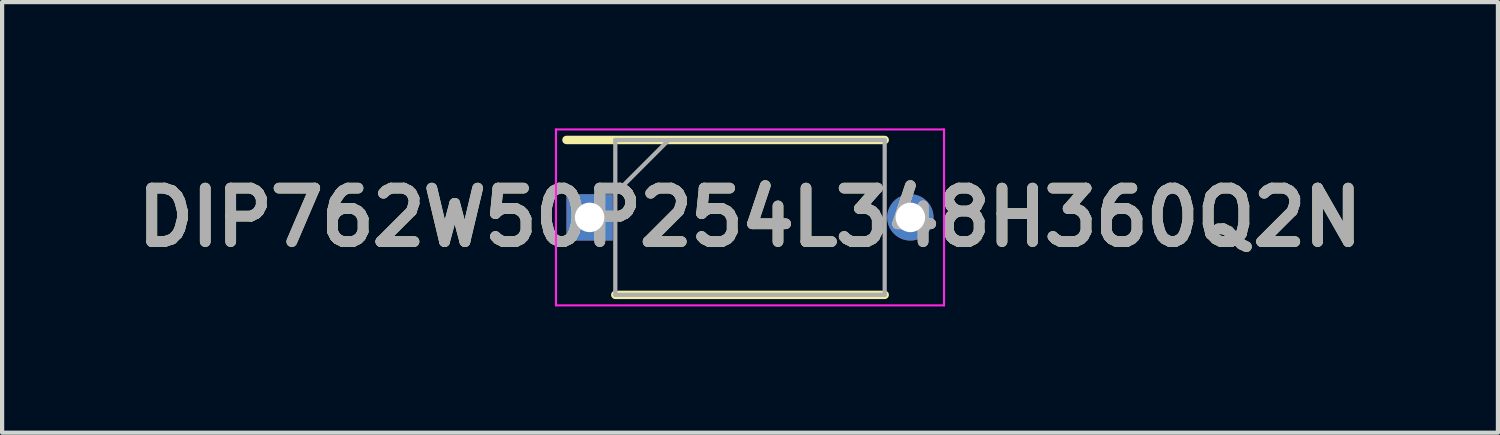
<source format=kicad_pcb>
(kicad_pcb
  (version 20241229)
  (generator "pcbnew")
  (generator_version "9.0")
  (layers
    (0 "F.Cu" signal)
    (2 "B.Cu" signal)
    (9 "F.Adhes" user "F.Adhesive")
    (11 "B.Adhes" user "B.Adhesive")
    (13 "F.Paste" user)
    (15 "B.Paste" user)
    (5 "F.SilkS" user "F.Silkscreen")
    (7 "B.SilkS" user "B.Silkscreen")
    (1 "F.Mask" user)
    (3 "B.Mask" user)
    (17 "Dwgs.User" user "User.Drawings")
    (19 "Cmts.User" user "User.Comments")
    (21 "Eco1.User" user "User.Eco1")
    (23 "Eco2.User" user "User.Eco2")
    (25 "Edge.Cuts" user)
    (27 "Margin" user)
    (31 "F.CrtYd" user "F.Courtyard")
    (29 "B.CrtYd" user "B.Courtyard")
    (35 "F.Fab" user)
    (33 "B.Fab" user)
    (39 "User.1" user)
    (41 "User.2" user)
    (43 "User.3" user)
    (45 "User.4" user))
  (footprint "DIP762W50P254L348H360Q2N"
    (layer "F.Cu")
    (at 14.768 2.115)
    (property "Reference" "DIP762W50P254L348H360Q2N" (at 0 0 0) (layer "F.SilkS") (effects (font (size 1.27 1.27) (thickness 0.254))))
    (attr through_hole)
    (fp_line (start -4.36 -1.84) (end 3.2 -1.84) (stroke (width 0.2) (type solid)) (layer "F.SilkS"))
    (fp_line (start -3.2 1.84) (end 3.2 1.84) (stroke (width 0.2) (type solid)) (layer "F.SilkS"))
    (fp_line (start -4.61 -2.09) (end 4.61 -2.09) (stroke (width 0.05) (type solid)) (layer "F.CrtYd"))
    (fp_line (start -4.61 2.09) (end -4.61 -2.09) (stroke (width 0.05) (type solid)) (layer "F.CrtYd"))
    (fp_line (start 4.61 -2.09) (end 4.61 2.09) (stroke (width 0.05) (type solid)) (layer "F.CrtYd"))
    (fp_line (start 4.61 2.09) (end -4.61 2.09) (stroke (width 0.05) (type solid)) (layer "F.CrtYd"))
    (fp_line (start -3.2 -1.84) (end 3.2 -1.84) (stroke (width 0.1) (type solid)) (layer "F.Fab"))
    (fp_line (start -3.2 -0.57) (end -1.93 -1.84) (stroke (width 0.1) (type solid)) (layer "F.Fab"))
    (fp_line (start -3.2 1.84) (end -3.2 -1.84) (stroke (width 0.1) (type solid)) (layer "F.Fab"))
    (fp_line (start 3.2 -1.84) (end 3.2 1.84) (stroke (width 0.1) (type solid)) (layer "F.Fab"))
    (fp_line (start 3.2 1.84) (end -3.2 1.84) (stroke (width 0.1) (type solid)) (layer "F.Fab"))
    (fp_text user "${REFERENCE}" (at 0 0 0) (layer "F.Fab") (effects (font (size 1.27 1.27) (thickness 0.254))))
    (pad "1" thru_hole rect (at -3.81 0) (size 1.1 1.1) (drill 0.7) (layers "*.Cu" "*.Mask"))
    (pad "2" thru_hole circle (at 3.81 0) (size 1.1 1.1) (drill 0.7) (layers "*.Cu" "*.Mask")))
  (gr_rect
    (start -3 -3)
    (end 32.537 7.23)
    (stroke (width 0.1) (type default))
    (fill no)
    (layer "Edge.Cuts")))
</source>
